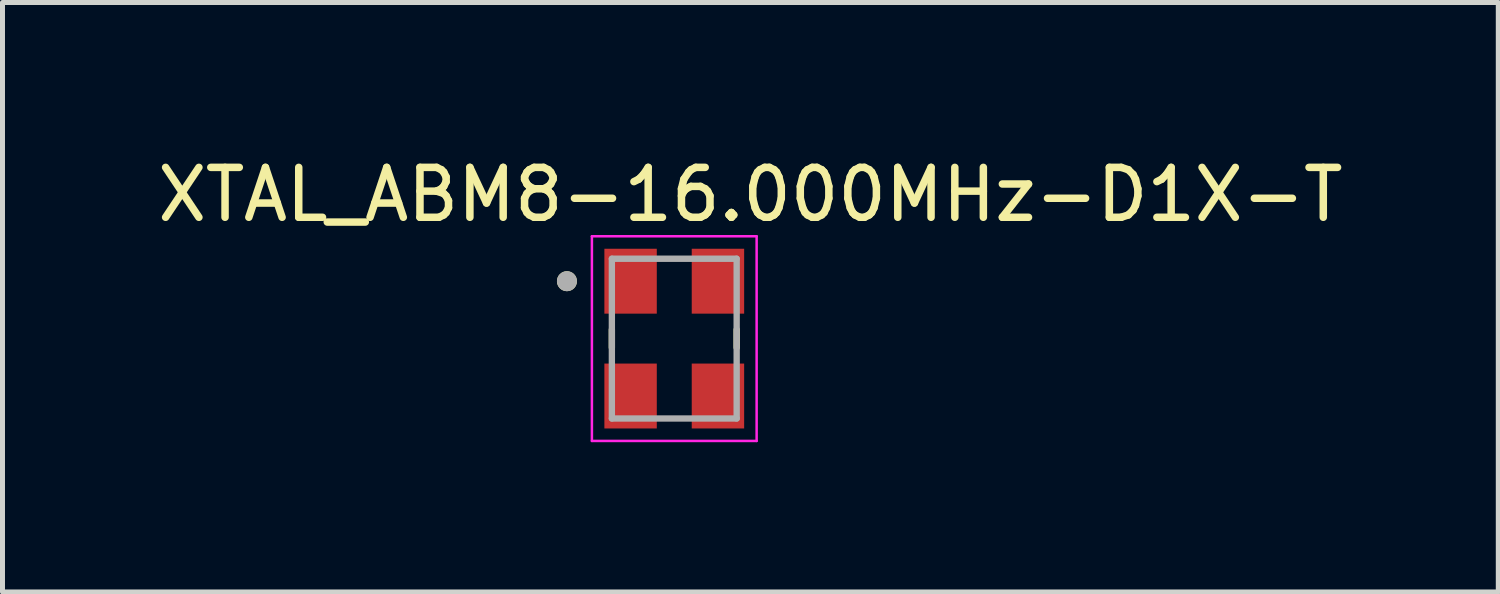
<source format=kicad_pcb>
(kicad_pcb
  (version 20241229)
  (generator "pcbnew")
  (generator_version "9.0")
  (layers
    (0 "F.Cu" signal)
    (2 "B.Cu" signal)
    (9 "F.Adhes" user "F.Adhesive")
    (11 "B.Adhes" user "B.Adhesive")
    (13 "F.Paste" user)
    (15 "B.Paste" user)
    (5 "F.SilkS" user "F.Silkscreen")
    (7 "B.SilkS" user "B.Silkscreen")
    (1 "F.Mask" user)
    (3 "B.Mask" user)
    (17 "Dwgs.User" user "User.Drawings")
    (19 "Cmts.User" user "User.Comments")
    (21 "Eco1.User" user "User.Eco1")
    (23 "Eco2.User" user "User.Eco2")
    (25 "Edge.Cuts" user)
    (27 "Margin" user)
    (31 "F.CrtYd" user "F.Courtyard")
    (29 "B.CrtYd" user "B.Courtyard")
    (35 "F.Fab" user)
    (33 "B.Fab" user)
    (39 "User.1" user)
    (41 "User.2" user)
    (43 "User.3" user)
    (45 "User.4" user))
  (footprint "XTAL_ABM8-16.000MHz-D1X-T"
    (layer "F.Cu")
    (at 10.457 3.733)
    (property "Reference" "XTAL_ABM8-16.000MHz-D1X-T" (at 1.525 -2.885 0) (layer "F.SilkS") (effects (font (size 1 1) (thickness 0.15))))
    (attr smd)
    (fp_line (start -1.25 -0.18) (end -1.25 0.18) (stroke (width 0.127) (type solid)) (layer "F.SilkS"))
    (fp_line (start 1.25 -0.18) (end 1.25 0.18) (stroke (width 0.127) (type solid)) (layer "F.SilkS"))
    (fp_circle (center -2.15 -1.15) (end -2.05 -1.15) (stroke (width 0.2) (type solid)) (fill no) (layer "F.SilkS"))
    (fp_line (start -1.65 -2.05) (end -1.65 2.05) (stroke (width 0.05) (type solid)) (layer "F.CrtYd"))
    (fp_line (start -1.65 -2.05) (end 1.65 -2.05) (stroke (width 0.05) (type solid)) (layer "F.CrtYd"))
    (fp_line (start 1.65 -2.05) (end 1.65 2.05) (stroke (width 0.05) (type solid)) (layer "F.CrtYd"))
    (fp_line (start 1.65 2.05) (end -1.65 2.05) (stroke (width 0.05) (type solid)) (layer "F.CrtYd"))
    (fp_line (start -1.25 -1.6) (end -1.25 1.6) (stroke (width 0.127) (type solid)) (layer "F.Fab"))
    (fp_line (start -1.25 -1.6) (end 1.25 -1.6) (stroke (width 0.127) (type solid)) (layer "F.Fab"))
    (fp_line (start 1.25 -1.6) (end 1.25 1.6) (stroke (width 0.127) (type solid)) (layer "F.Fab"))
    (fp_line (start 1.25 1.6) (end -1.25 1.6) (stroke (width 0.127) (type solid)) (layer "F.Fab"))
    (fp_circle (center -2.15 -1.15) (end -2.05 -1.15) (stroke (width 0.2) (type solid)) (fill no) (layer "F.Fab"))
    (pad "1" smd rect (at -0.875 -1.15) (size 1.05 1.3) (layers "F.Cu" "F.Mask" "F.Paste"))
    (pad "2" smd rect (at -0.875 1.15) (size 1.05 1.3) (layers "F.Cu" "F.Mask" "F.Paste"))
    (pad "3" smd rect (at 0.875 1.15) (size 1.05 1.3) (layers "F.Cu" "F.Mask" "F.Paste"))
    (pad "4" smd rect (at 0.875 -1.15) (size 1.05 1.3) (layers "F.Cu" "F.Mask" "F.Paste")))
  (gr_rect
    (start -3 -3)
    (end 26.964 8.808)
    (stroke (width 0.1) (type default))
    (fill no)
    (layer "Edge.Cuts")))
</source>
